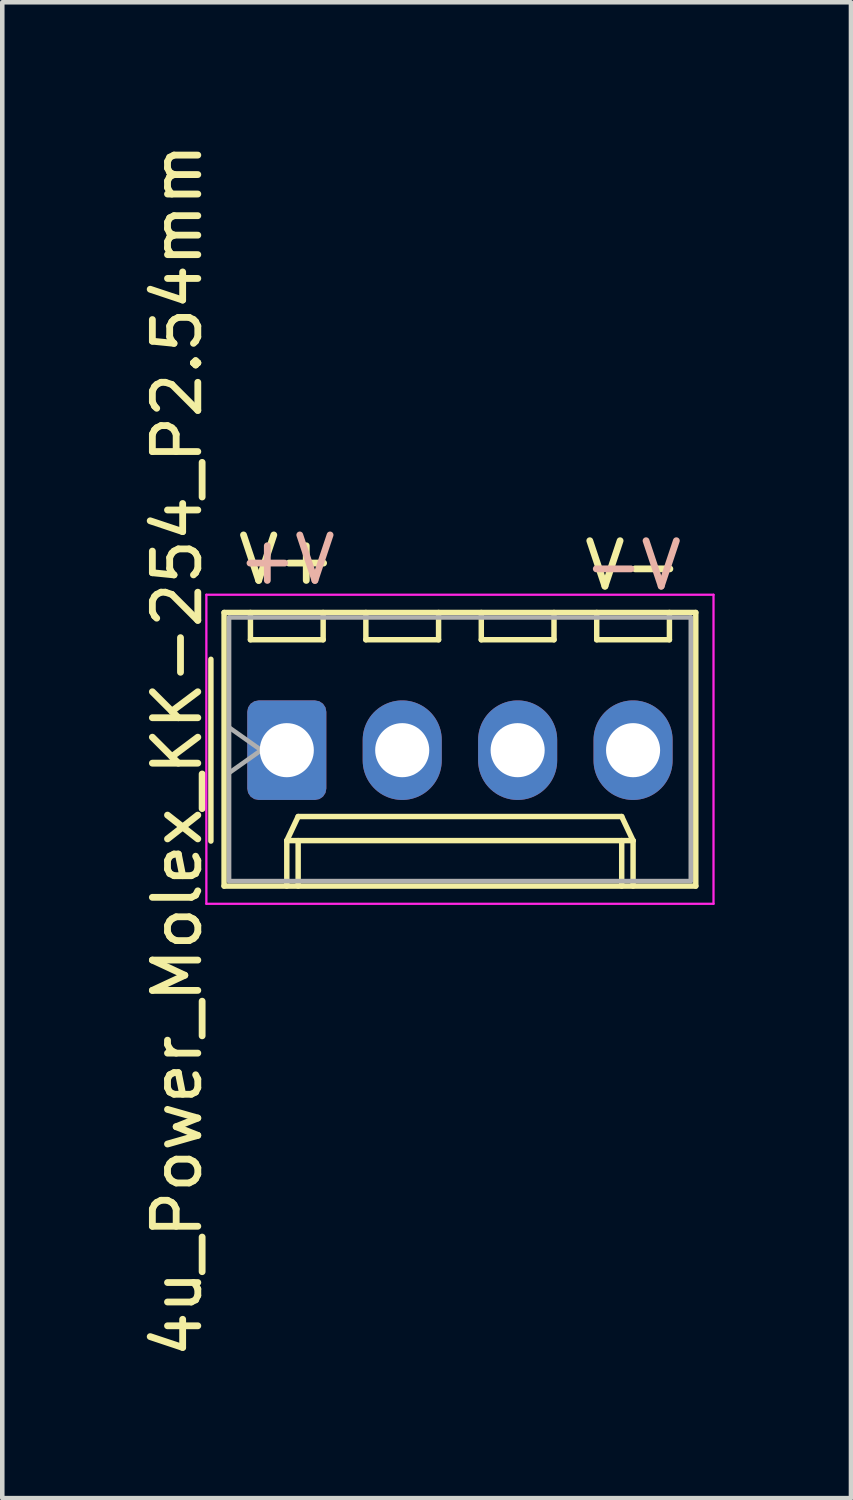
<source format=kicad_pcb>
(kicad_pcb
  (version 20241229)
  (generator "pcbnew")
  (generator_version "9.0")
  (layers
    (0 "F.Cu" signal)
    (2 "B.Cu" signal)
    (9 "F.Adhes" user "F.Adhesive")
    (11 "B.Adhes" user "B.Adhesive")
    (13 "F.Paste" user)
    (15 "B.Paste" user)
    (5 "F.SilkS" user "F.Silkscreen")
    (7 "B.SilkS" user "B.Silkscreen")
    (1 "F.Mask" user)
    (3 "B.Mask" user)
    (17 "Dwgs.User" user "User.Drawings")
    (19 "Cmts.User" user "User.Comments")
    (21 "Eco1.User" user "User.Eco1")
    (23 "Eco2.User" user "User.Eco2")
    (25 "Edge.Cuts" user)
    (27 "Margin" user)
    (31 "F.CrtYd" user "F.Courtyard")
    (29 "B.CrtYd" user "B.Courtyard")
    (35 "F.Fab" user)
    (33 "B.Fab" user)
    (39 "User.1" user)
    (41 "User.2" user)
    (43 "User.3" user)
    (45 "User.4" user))
  (footprint "4u_Power_Molex_KK-254_P2.54mm"
    (layer "F.Cu")
    (at 3.261 13.458)
    (property "Reference" "4u_Power_Molex_KK-254_P2.54mm" (at -2.413 0 90) (layer "F.SilkS") (effects (font (size 1 1) (thickness 0.15))))
    (attr through_hole)
    (fp_line (start -1.67 -2) (end -1.67 2) (stroke (width 0.12) (type solid)) (layer "F.SilkS"))
    (fp_line (start -1.38 -3.03) (end -1.38 2.99) (stroke (width 0.12) (type solid)) (layer "F.SilkS"))
    (fp_line (start -1.38 2.99) (end 9 2.99) (stroke (width 0.12) (type solid)) (layer "F.SilkS"))
    (fp_line (start -0.8 -3.03) (end -0.8 -2.43) (stroke (width 0.12) (type solid)) (layer "F.SilkS"))
    (fp_line (start -0.8 -2.43) (end 0.8 -2.43) (stroke (width 0.12) (type solid)) (layer "F.SilkS"))
    (fp_line (start 0 1.99) (end 0.25 1.46) (stroke (width 0.12) (type solid)) (layer "F.SilkS"))
    (fp_line (start 0 1.99) (end 7.62 1.99) (stroke (width 0.12) (type solid)) (layer "F.SilkS"))
    (fp_line (start 0 2.99) (end 0 1.99) (stroke (width 0.12) (type solid)) (layer "F.SilkS"))
    (fp_line (start 0.25 1.46) (end 7.37 1.46) (stroke (width 0.12) (type solid)) (layer "F.SilkS"))
    (fp_line (start 0.25 2.99) (end 0.25 1.99) (stroke (width 0.12) (type solid)) (layer "F.SilkS"))
    (fp_line (start 0.8 -2.43) (end 0.8 -3.03) (stroke (width 0.12) (type solid)) (layer "F.SilkS"))
    (fp_line (start 1.74 -3.03) (end 1.74 -2.43) (stroke (width 0.12) (type solid)) (layer "F.SilkS"))
    (fp_line (start 1.74 -2.43) (end 3.34 -2.43) (stroke (width 0.12) (type solid)) (layer "F.SilkS"))
    (fp_line (start 3.34 -2.43) (end 3.34 -3.03) (stroke (width 0.12) (type solid)) (layer "F.SilkS"))
    (fp_line (start 4.28 -3.03) (end 4.28 -2.43) (stroke (width 0.12) (type solid)) (layer "F.SilkS"))
    (fp_line (start 4.28 -2.43) (end 5.88 -2.43) (stroke (width 0.12) (type solid)) (layer "F.SilkS"))
    (fp_line (start 5.88 -2.43) (end 5.88 -3.03) (stroke (width 0.12) (type solid)) (layer "F.SilkS"))
    (fp_line (start 6.82 -3.03) (end 6.82 -2.43) (stroke (width 0.12) (type solid)) (layer "F.SilkS"))
    (fp_line (start 6.82 -2.43) (end 8.42 -2.43) (stroke (width 0.12) (type solid)) (layer "F.SilkS"))
    (fp_line (start 7.37 1.46) (end 7.62 1.99) (stroke (width 0.12) (type solid)) (layer "F.SilkS"))
    (fp_line (start 7.37 2.99) (end 7.37 1.99) (stroke (width 0.12) (type solid)) (layer "F.SilkS"))
    (fp_line (start 7.62 1.99) (end 7.62 2.99) (stroke (width 0.12) (type solid)) (layer "F.SilkS"))
    (fp_line (start 8.42 -2.43) (end 8.42 -3.03) (stroke (width 0.12) (type solid)) (layer "F.SilkS"))
    (fp_line (start 9 -3.03) (end -1.38 -3.03) (stroke (width 0.12) (type solid)) (layer "F.SilkS"))
    (fp_line (start 9 2.99) (end 9 -3.03) (stroke (width 0.12) (type solid)) (layer "F.SilkS"))
    (fp_line (start -1.77 -3.42) (end -1.77 3.38) (stroke (width 0.05) (type solid)) (layer "F.CrtYd"))
    (fp_line (start -1.77 3.38) (end 9.39 3.38) (stroke (width 0.05) (type solid)) (layer "F.CrtYd"))
    (fp_line (start 9.39 -3.42) (end -1.77 -3.42) (stroke (width 0.05) (type solid)) (layer "F.CrtYd"))
    (fp_line (start 9.39 3.38) (end 9.39 -3.42) (stroke (width 0.05) (type solid)) (layer "F.CrtYd"))
    (fp_line (start -1.27 -2.92) (end -1.27 2.88) (stroke (width 0.1) (type solid)) (layer "F.Fab"))
    (fp_line (start -1.27 -0.5) (end -0.563 0) (stroke (width 0.1) (type solid)) (layer "F.Fab"))
    (fp_line (start -1.27 2.88) (end 8.89 2.88) (stroke (width 0.1) (type solid)) (layer "F.Fab"))
    (fp_line (start -0.563 0) (end -1.27 0.5) (stroke (width 0.1) (type solid)) (layer "F.Fab"))
    (fp_line (start 8.89 -2.92) (end -1.27 -2.92) (stroke (width 0.1) (type solid)) (layer "F.Fab"))
    (fp_line (start 8.89 2.88) (end 8.89 -2.92) (stroke (width 0.1) (type solid)) (layer "F.Fab"))
    (fp_text user "V+" (at 0 -4.191 0) (unlocked yes) (layer "F.SilkS") (effects (font (size 1 1) (thickness 0.15))))
    (fp_text user "V-" (at 7.62 -4.064 0) (unlocked yes) (layer "F.SilkS") (effects (font (size 1 1) (thickness 0.15))))
    (fp_text user "V-" (at 7.62 -4.064 0) (unlocked yes) (layer "B.SilkS") (effects (font (size 1 1) (thickness 0.15)) (justify mirror)))
    (fp_text user "V+" (at 0 -4.191 0) (unlocked yes) (layer "B.SilkS") (effects (font (size 1 1) (thickness 0.15)) (justify mirror)))
    (pad "1" thru_hole roundrect (at 0 0) (size 1.74 2.19) (drill 1.19) (layers "*.Cu" "*.Mask") (roundrect_rratio 0.144))
    (pad "2" thru_hole oval (at 2.54 0) (size 1.74 2.19) (drill 1.19) (layers "*.Cu" "*.Mask"))
    (pad "3" thru_hole oval (at 5.08 0) (size 1.74 2.19) (drill 1.19) (layers "*.Cu" "*.Mask"))
    (pad "4" thru_hole oval (at 7.62 0) (size 1.74 2.19) (drill 1.19) (layers "*.Cu" "*.Mask")))
  (gr_rect
    (start -3 -3)
    (end 15.676 29.917)
    (stroke (width 0.1) (type default))
    (fill no)
    (layer "Edge.Cuts")))
</source>
